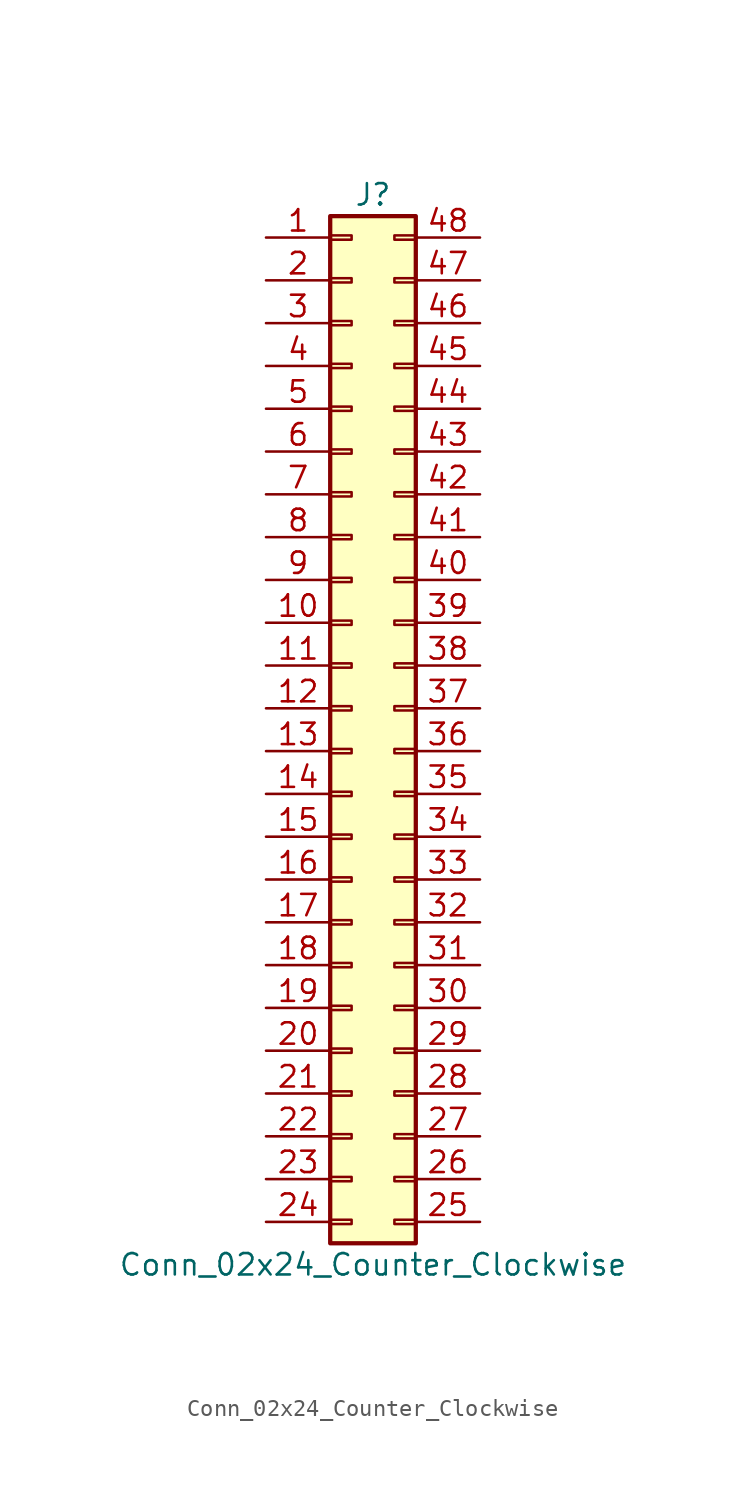
<source format=kicad_sym>
(kicad_symbol_lib
  (version 20201005)
  (generator kicad_symbol_editor)
  (symbol "Conn_02x24_Counter_Clockwise"
    (pin_names
      (offset 1.016) hide)
    (property "Reference" "J"
      (at 1.27 30.48 0)
      (effects (font (size 1.27 1.27))))
    (property "Value" "Conn_02x24_Counter_Clockwise"
      (at 1.27 -33.02 0)
      (effects (font (size 1.27 1.27))))
    (symbol "Conn_02x24_Counter_Clockwise_1_1"
      (rectangle (start -1.27 -30.353) (end 0 -30.607) (stroke (width 0.152)) (fill (type none)))
      (rectangle (start -1.27 -27.813) (end 0 -28.067) (stroke (width 0.152)) (fill (type none)))
      (rectangle (start -1.27 -25.273) (end 0 -25.527) (stroke (width 0.152)) (fill (type none)))
      (rectangle (start -1.27 -22.733) (end 0 -22.987) (stroke (width 0.152)) (fill (type none)))
      (rectangle (start -1.27 -20.193) (end 0 -20.447) (stroke (width 0.152)) (fill (type none)))
      (rectangle (start -1.27 -17.653) (end 0 -17.907) (stroke (width 0.152)) (fill (type none)))
      (rectangle (start -1.27 -15.113) (end 0 -15.367) (stroke (width 0.152)) (fill (type none)))
      (rectangle (start -1.27 -12.573) (end 0 -12.827) (stroke (width 0.152)) (fill (type none)))
      (rectangle (start -1.27 -10.033) (end 0 -10.287) (stroke (width 0.152)) (fill (type none)))
      (rectangle (start -1.27 -7.493) (end 0 -7.747) (stroke (width 0.152)) (fill (type none)))
      (rectangle (start -1.27 -4.953) (end 0 -5.207) (stroke (width 0.152)) (fill (type none)))
      (rectangle (start -1.27 -2.413) (end 0 -2.667) (stroke (width 0.152)) (fill (type none)))
      (rectangle (start -1.27 0.127) (end 0 -0.127) (stroke (width 0.152)) (fill (type none)))
      (rectangle (start -1.27 2.667) (end 0 2.413) (stroke (width 0.152)) (fill (type none)))
      (rectangle (start -1.27 5.207) (end 0 4.953) (stroke (width 0.152)) (fill (type none)))
      (rectangle (start -1.27 7.747) (end 0 7.493) (stroke (width 0.152)) (fill (type none)))
      (rectangle (start -1.27 10.287) (end 0 10.033) (stroke (width 0.152)) (fill (type none)))
      (rectangle (start -1.27 12.827) (end 0 12.573) (stroke (width 0.152)) (fill (type none)))
      (rectangle (start -1.27 15.367) (end 0 15.113) (stroke (width 0.152)) (fill (type none)))
      (rectangle (start -1.27 17.907) (end 0 17.653) (stroke (width 0.152)) (fill (type none)))
      (rectangle (start -1.27 20.447) (end 0 20.193) (stroke (width 0.152)) (fill (type none)))
      (rectangle (start -1.27 22.987) (end 0 22.733) (stroke (width 0.152)) (fill (type none)))
      (rectangle (start -1.27 25.527) (end 0 25.273) (stroke (width 0.152)) (fill (type none)))
      (rectangle (start -1.27 28.067) (end 0 27.813) (stroke (width 0.152)) (fill (type none)))
      (rectangle (start 3.81 -30.353) (end 2.54 -30.607) (stroke (width 0.152)) (fill (type none)))
      (rectangle (start 3.81 -27.813) (end 2.54 -28.067) (stroke (width 0.152)) (fill (type none)))
      (rectangle (start 3.81 -25.273) (end 2.54 -25.527) (stroke (width 0.152)) (fill (type none)))
      (rectangle (start 3.81 -22.733) (end 2.54 -22.987) (stroke (width 0.152)) (fill (type none)))
      (rectangle (start 3.81 -20.193) (end 2.54 -20.447) (stroke (width 0.152)) (fill (type none)))
      (rectangle (start 3.81 -17.653) (end 2.54 -17.907) (stroke (width 0.152)) (fill (type none)))
      (rectangle (start 3.81 -15.113) (end 2.54 -15.367) (stroke (width 0.152)) (fill (type none)))
      (rectangle (start 3.81 -12.573) (end 2.54 -12.827) (stroke (width 0.152)) (fill (type none)))
      (rectangle (start 3.81 -10.033) (end 2.54 -10.287) (stroke (width 0.152)) (fill (type none)))
      (rectangle (start 3.81 -7.493) (end 2.54 -7.747) (stroke (width 0.152)) (fill (type none)))
      (rectangle (start 3.81 -4.953) (end 2.54 -5.207) (stroke (width 0.152)) (fill (type none)))
      (rectangle (start 3.81 -2.413) (end 2.54 -2.667) (stroke (width 0.152)) (fill (type none)))
      (rectangle (start 3.81 0.127) (end 2.54 -0.127) (stroke (width 0.152)) (fill (type none)))
      (rectangle (start 3.81 2.667) (end 2.54 2.413) (stroke (width 0.152)) (fill (type none)))
      (rectangle (start 3.81 5.207) (end 2.54 4.953) (stroke (width 0.152)) (fill (type none)))
      (rectangle (start 3.81 7.747) (end 2.54 7.493) (stroke (width 0.152)) (fill (type none)))
      (rectangle (start 3.81 10.287) (end 2.54 10.033) (stroke (width 0.152)) (fill (type none)))
      (rectangle (start 3.81 12.827) (end 2.54 12.573) (stroke (width 0.152)) (fill (type none)))
      (rectangle (start 3.81 15.367) (end 2.54 15.113) (stroke (width 0.152)) (fill (type none)))
      (rectangle (start 3.81 17.907) (end 2.54 17.653) (stroke (width 0.152)) (fill (type none)))
      (rectangle (start 3.81 20.447) (end 2.54 20.193) (stroke (width 0.152)) (fill (type none)))
      (rectangle (start 3.81 22.987) (end 2.54 22.733) (stroke (width 0.152)) (fill (type none)))
      (rectangle (start 3.81 25.527) (end 2.54 25.273) (stroke (width 0.152)) (fill (type none)))
      (rectangle (start 3.81 28.067) (end 2.54 27.813) (stroke (width 0.152)) (fill (type none)))
      (rectangle (start -1.27 29.21) (end 3.81 -31.75) (stroke (width 0.254)) (fill (type background)))
      (pin passive line (at -5.08 27.94 0) (length 3.81) (name "Pin_1" (effects (font (size 1.27 1.27)))) (number "1" (effects (font (size 1.27 1.27)))))
      (pin passive line (at -5.08 5.08 0) (length 3.81) (name "Pin_10" (effects (font (size 1.27 1.27)))) (number "10" (effects (font (size 1.27 1.27)))))
      (pin passive line (at -5.08 2.54 0) (length 3.81) (name "Pin_11" (effects (font (size 1.27 1.27)))) (number "11" (effects (font (size 1.27 1.27)))))
      (pin passive line (at -5.08 0 0) (length 3.81) (name "Pin_12" (effects (font (size 1.27 1.27)))) (number "12" (effects (font (size 1.27 1.27)))))
      (pin passive line (at -5.08 -2.54 0) (length 3.81) (name "Pin_13" (effects (font (size 1.27 1.27)))) (number "13" (effects (font (size 1.27 1.27)))))
      (pin passive line (at -5.08 -5.08 0) (length 3.81) (name "Pin_14" (effects (font (size 1.27 1.27)))) (number "14" (effects (font (size 1.27 1.27)))))
      (pin passive line (at -5.08 -7.62 0) (length 3.81) (name "Pin_15" (effects (font (size 1.27 1.27)))) (number "15" (effects (font (size 1.27 1.27)))))
      (pin passive line (at -5.08 -10.16 0) (length 3.81) (name "Pin_16" (effects (font (size 1.27 1.27)))) (number "16" (effects (font (size 1.27 1.27)))))
      (pin passive line (at -5.08 -12.7 0) (length 3.81) (name "Pin_17" (effects (font (size 1.27 1.27)))) (number "17" (effects (font (size 1.27 1.27)))))
      (pin passive line (at -5.08 -15.24 0) (length 3.81) (name "Pin_18" (effects (font (size 1.27 1.27)))) (number "18" (effects (font (size 1.27 1.27)))))
      (pin passive line (at -5.08 -17.78 0) (length 3.81) (name "Pin_19" (effects (font (size 1.27 1.27)))) (number "19" (effects (font (size 1.27 1.27)))))
      (pin passive line (at -5.08 25.4 0) (length 3.81) (name "Pin_2" (effects (font (size 1.27 1.27)))) (number "2" (effects (font (size 1.27 1.27)))))
      (pin passive line (at -5.08 -20.32 0) (length 3.81) (name "Pin_20" (effects (font (size 1.27 1.27)))) (number "20" (effects (font (size 1.27 1.27)))))
      (pin passive line (at -5.08 -22.86 0) (length 3.81) (name "Pin_21" (effects (font (size 1.27 1.27)))) (number "21" (effects (font (size 1.27 1.27)))))
      (pin passive line (at -5.08 -25.4 0) (length 3.81) (name "Pin_22" (effects (font (size 1.27 1.27)))) (number "22" (effects (font (size 1.27 1.27)))))
      (pin passive line (at -5.08 -27.94 0) (length 3.81) (name "Pin_23" (effects (font (size 1.27 1.27)))) (number "23" (effects (font (size 1.27 1.27)))))
      (pin passive line (at -5.08 -30.48 0) (length 3.81) (name "Pin_24" (effects (font (size 1.27 1.27)))) (number "24" (effects (font (size 1.27 1.27)))))
      (pin passive line (at 7.62 -30.48 180) (length 3.81) (name "Pin_25" (effects (font (size 1.27 1.27)))) (number "25" (effects (font (size 1.27 1.27)))))
      (pin passive line (at 7.62 -27.94 180) (length 3.81) (name "Pin_26" (effects (font (size 1.27 1.27)))) (number "26" (effects (font (size 1.27 1.27)))))
      (pin passive line (at 7.62 -25.4 180) (length 3.81) (name "Pin_27" (effects (font (size 1.27 1.27)))) (number "27" (effects (font (size 1.27 1.27)))))
      (pin passive line (at 7.62 -22.86 180) (length 3.81) (name "Pin_28" (effects (font (size 1.27 1.27)))) (number "28" (effects (font (size 1.27 1.27)))))
      (pin passive line (at 7.62 -20.32 180) (length 3.81) (name "Pin_29" (effects (font (size 1.27 1.27)))) (number "29" (effects (font (size 1.27 1.27)))))
      (pin passive line (at -5.08 22.86 0) (length 3.81) (name "Pin_3" (effects (font (size 1.27 1.27)))) (number "3" (effects (font (size 1.27 1.27)))))
      (pin passive line (at 7.62 -17.78 180) (length 3.81) (name "Pin_30" (effects (font (size 1.27 1.27)))) (number "30" (effects (font (size 1.27 1.27)))))
      (pin passive line (at 7.62 -15.24 180) (length 3.81) (name "Pin_31" (effects (font (size 1.27 1.27)))) (number "31" (effects (font (size 1.27 1.27)))))
      (pin passive line (at 7.62 -12.7 180) (length 3.81) (name "Pin_32" (effects (font (size 1.27 1.27)))) (number "32" (effects (font (size 1.27 1.27)))))
      (pin passive line (at 7.62 -10.16 180) (length 3.81) (name "Pin_33" (effects (font (size 1.27 1.27)))) (number "33" (effects (font (size 1.27 1.27)))))
      (pin passive line (at 7.62 -7.62 180) (length 3.81) (name "Pin_34" (effects (font (size 1.27 1.27)))) (number "34" (effects (font (size 1.27 1.27)))))
      (pin passive line (at 7.62 -5.08 180) (length 3.81) (name "Pin_35" (effects (font (size 1.27 1.27)))) (number "35" (effects (font (size 1.27 1.27)))))
      (pin passive line (at 7.62 -2.54 180) (length 3.81) (name "Pin_36" (effects (font (size 1.27 1.27)))) (number "36" (effects (font (size 1.27 1.27)))))
      (pin passive line (at 7.62 0 180) (length 3.81) (name "Pin_37" (effects (font (size 1.27 1.27)))) (number "37" (effects (font (size 1.27 1.27)))))
      (pin passive line (at 7.62 2.54 180) (length 3.81) (name "Pin_38" (effects (font (size 1.27 1.27)))) (number "38" (effects (font (size 1.27 1.27)))))
      (pin passive line (at 7.62 5.08 180) (length 3.81) (name "Pin_39" (effects (font (size 1.27 1.27)))) (number "39" (effects (font (size 1.27 1.27)))))
      (pin passive line (at -5.08 20.32 0) (length 3.81) (name "Pin_4" (effects (font (size 1.27 1.27)))) (number "4" (effects (font (size 1.27 1.27)))))
      (pin passive line (at 7.62 7.62 180) (length 3.81) (name "Pin_40" (effects (font (size 1.27 1.27)))) (number "40" (effects (font (size 1.27 1.27)))))
      (pin passive line (at 7.62 10.16 180) (length 3.81) (name "Pin_41" (effects (font (size 1.27 1.27)))) (number "41" (effects (font (size 1.27 1.27)))))
      (pin passive line (at 7.62 12.7 180) (length 3.81) (name "Pin_42" (effects (font (size 1.27 1.27)))) (number "42" (effects (font (size 1.27 1.27)))))
      (pin passive line (at 7.62 15.24 180) (length 3.81) (name "Pin_43" (effects (font (size 1.27 1.27)))) (number "43" (effects (font (size 1.27 1.27)))))
      (pin passive line (at 7.62 17.78 180) (length 3.81) (name "Pin_44" (effects (font (size 1.27 1.27)))) (number "44" (effects (font (size 1.27 1.27)))))
      (pin passive line (at 7.62 20.32 180) (length 3.81) (name "Pin_45" (effects (font (size 1.27 1.27)))) (number "45" (effects (font (size 1.27 1.27)))))
      (pin passive line (at 7.62 22.86 180) (length 3.81) (name "Pin_46" (effects (font (size 1.27 1.27)))) (number "46" (effects (font (size 1.27 1.27)))))
      (pin passive line (at 7.62 25.4 180) (length 3.81) (name "Pin_47" (effects (font (size 1.27 1.27)))) (number "47" (effects (font (size 1.27 1.27)))))
      (pin passive line (at 7.62 27.94 180) (length 3.81) (name "Pin_48" (effects (font (size 1.27 1.27)))) (number "48" (effects (font (size 1.27 1.27)))))
      (pin passive line (at -5.08 17.78 0) (length 3.81) (name "Pin_5" (effects (font (size 1.27 1.27)))) (number "5" (effects (font (size 1.27 1.27)))))
      (pin passive line (at -5.08 15.24 0) (length 3.81) (name "Pin_6" (effects (font (size 1.27 1.27)))) (number "6" (effects (font (size 1.27 1.27)))))
      (pin passive line (at -5.08 12.7 0) (length 3.81) (name "Pin_7" (effects (font (size 1.27 1.27)))) (number "7" (effects (font (size 1.27 1.27)))))
      (pin passive line (at -5.08 10.16 0) (length 3.81) (name "Pin_8" (effects (font (size 1.27 1.27)))) (number "8" (effects (font (size 1.27 1.27)))))
      (pin passive line (at -5.08 7.62 0) (length 3.81) (name "Pin_9" (effects (font (size 1.27 1.27)))) (number "9" (effects (font (size 1.27 1.27))))))))
</source>
